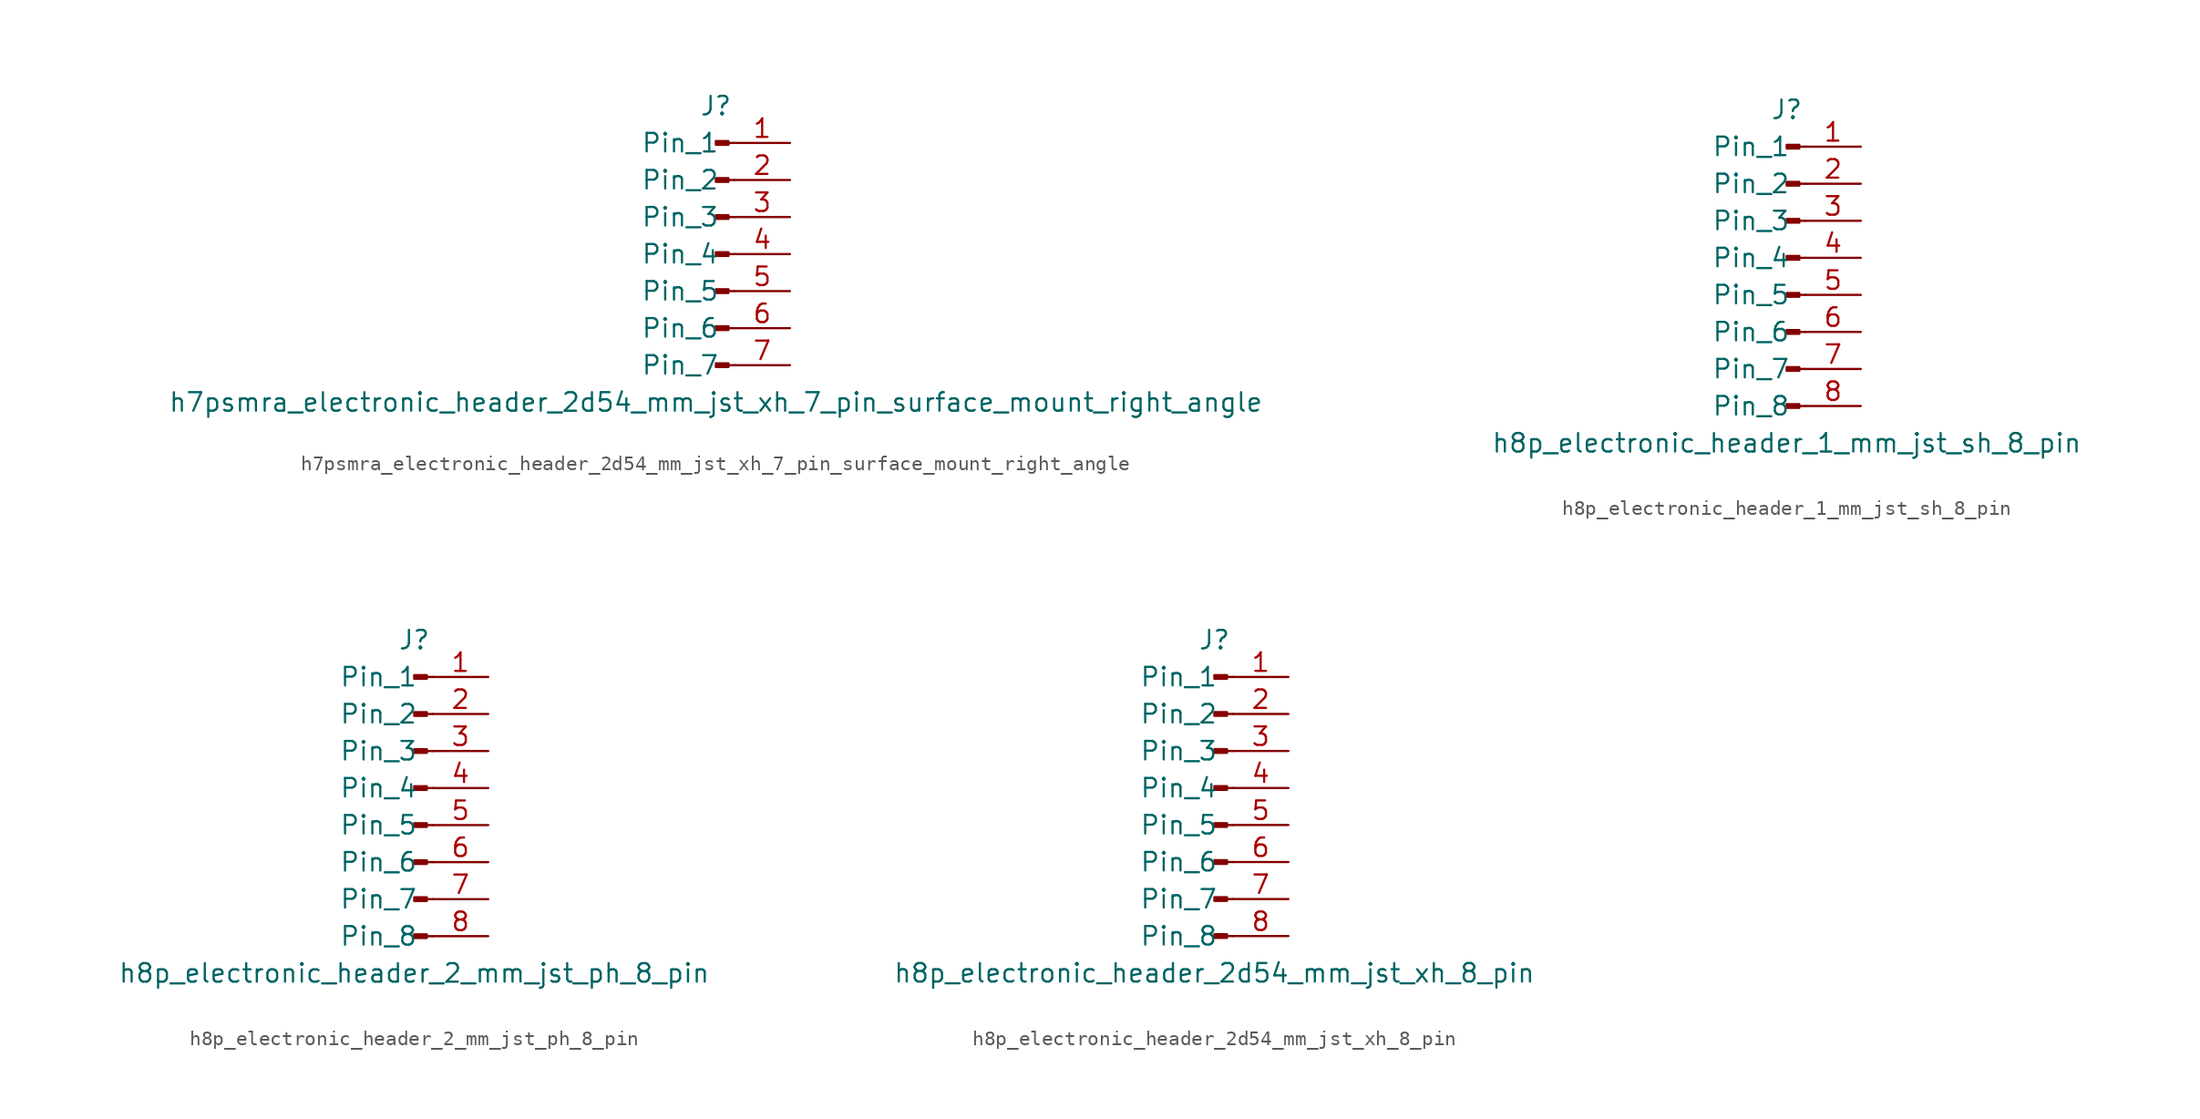
<source format=kicad_sym>
(kicad_symbol_lib
  (version 20220914)
  (generator kicad_symbol_editor)
  (symbol "h7psmra_electronic_header_2d54_mm_jst_xh_7_pin_surface_mount_right_angle"
    (pin_names
      (offset 1.016))
    (property "Reference" "J"
      (at 0 10.16 0)
      (effects (font (size 1.27 1.27))))
    (property "Value" "h7psmra_electronic_header_2d54_mm_jst_xh_7_pin_surface_mount_right_angle"
      (at 0 -10.16 0)
      (effects (font (size 1.27 1.27))))
    (property "ki_locked" ""
      (at 0 0 0)
      (effects (font (size 1.27 1.27))))
    (symbol "h7psmra_electronic_header_2d54_mm_jst_xh_7_pin_surface_mount_right_angle_1_1"
      (polyline (pts (xy 1.27 -7.62) (xy 0.864 -7.62)) (stroke (width 0.152) (type default)) (fill (type none)))
      (polyline (pts (xy 1.27 -5.08) (xy 0.864 -5.08)) (stroke (width 0.152) (type default)) (fill (type none)))
      (polyline (pts (xy 1.27 -2.54) (xy 0.864 -2.54)) (stroke (width 0.152) (type default)) (fill (type none)))
      (polyline (pts (xy 1.27 0) (xy 0.864 0)) (stroke (width 0.152) (type default)) (fill (type none)))
      (polyline (pts (xy 1.27 2.54) (xy 0.864 2.54)) (stroke (width 0.152) (type default)) (fill (type none)))
      (polyline (pts (xy 1.27 5.08) (xy 0.864 5.08)) (stroke (width 0.152) (type default)) (fill (type none)))
      (polyline (pts (xy 1.27 7.62) (xy 0.864 7.62)) (stroke (width 0.152) (type default)) (fill (type none)))
      (rectangle (start 0.864 -7.493) (end 0 -7.747) (stroke (width 0.152) (type default)) (fill (type outline)))
      (rectangle (start 0.864 -4.953) (end 0 -5.207) (stroke (width 0.152) (type default)) (fill (type outline)))
      (rectangle (start 0.864 -2.413) (end 0 -2.667) (stroke (width 0.152) (type default)) (fill (type outline)))
      (rectangle (start 0.864 0.127) (end 0 -0.127) (stroke (width 0.152) (type default)) (fill (type outline)))
      (rectangle (start 0.864 2.667) (end 0 2.413) (stroke (width 0.152) (type default)) (fill (type outline)))
      (rectangle (start 0.864 5.207) (end 0 4.953) (stroke (width 0.152) (type default)) (fill (type outline)))
      (rectangle (start 0.864 7.747) (end 0 7.493) (stroke (width 0.152) (type default)) (fill (type outline)))
      (pin passive line (at 5.08 7.62 180) (length 3.81) (name "Pin_1" (effects (font (size 1.27 1.27)))) (number "1" (effects (font (size 1.27 1.27)))))
      (pin passive line (at 5.08 5.08 180) (length 3.81) (name "Pin_2" (effects (font (size 1.27 1.27)))) (number "2" (effects (font (size 1.27 1.27)))))
      (pin passive line (at 5.08 2.54 180) (length 3.81) (name "Pin_3" (effects (font (size 1.27 1.27)))) (number "3" (effects (font (size 1.27 1.27)))))
      (pin passive line (at 5.08 0 180) (length 3.81) (name "Pin_4" (effects (font (size 1.27 1.27)))) (number "4" (effects (font (size 1.27 1.27)))))
      (pin passive line (at 5.08 -2.54 180) (length 3.81) (name "Pin_5" (effects (font (size 1.27 1.27)))) (number "5" (effects (font (size 1.27 1.27)))))
      (pin passive line (at 5.08 -5.08 180) (length 3.81) (name "Pin_6" (effects (font (size 1.27 1.27)))) (number "6" (effects (font (size 1.27 1.27)))))
      (pin passive line (at 5.08 -7.62 180) (length 3.81) (name "Pin_7" (effects (font (size 1.27 1.27)))) (number "7" (effects (font (size 1.27 1.27)))))))
  (symbol "h8p_electronic_header_1_mm_jst_sh_8_pin"
    (pin_names
      (offset 1.016))
    (property "Reference" "J"
      (at 0 10.16 0)
      (effects (font (size 1.27 1.27))))
    (property "Value" "h8p_electronic_header_1_mm_jst_sh_8_pin"
      (at 0 -12.7 0)
      (effects (font (size 1.27 1.27))))
    (property "ki_locked" ""
      (at 0 0 0)
      (effects (font (size 1.27 1.27))))
    (symbol "h8p_electronic_header_1_mm_jst_sh_8_pin_1_1"
      (polyline (pts (xy 1.27 -10.16) (xy 0.864 -10.16)) (stroke (width 0.152) (type default)) (fill (type none)))
      (polyline (pts (xy 1.27 -7.62) (xy 0.864 -7.62)) (stroke (width 0.152) (type default)) (fill (type none)))
      (polyline (pts (xy 1.27 -5.08) (xy 0.864 -5.08)) (stroke (width 0.152) (type default)) (fill (type none)))
      (polyline (pts (xy 1.27 -2.54) (xy 0.864 -2.54)) (stroke (width 0.152) (type default)) (fill (type none)))
      (polyline (pts (xy 1.27 0) (xy 0.864 0)) (stroke (width 0.152) (type default)) (fill (type none)))
      (polyline (pts (xy 1.27 2.54) (xy 0.864 2.54)) (stroke (width 0.152) (type default)) (fill (type none)))
      (polyline (pts (xy 1.27 5.08) (xy 0.864 5.08)) (stroke (width 0.152) (type default)) (fill (type none)))
      (polyline (pts (xy 1.27 7.62) (xy 0.864 7.62)) (stroke (width 0.152) (type default)) (fill (type none)))
      (rectangle (start 0.864 -10.033) (end 0 -10.287) (stroke (width 0.152) (type default)) (fill (type outline)))
      (rectangle (start 0.864 -7.493) (end 0 -7.747) (stroke (width 0.152) (type default)) (fill (type outline)))
      (rectangle (start 0.864 -4.953) (end 0 -5.207) (stroke (width 0.152) (type default)) (fill (type outline)))
      (rectangle (start 0.864 -2.413) (end 0 -2.667) (stroke (width 0.152) (type default)) (fill (type outline)))
      (rectangle (start 0.864 0.127) (end 0 -0.127) (stroke (width 0.152) (type default)) (fill (type outline)))
      (rectangle (start 0.864 2.667) (end 0 2.413) (stroke (width 0.152) (type default)) (fill (type outline)))
      (rectangle (start 0.864 5.207) (end 0 4.953) (stroke (width 0.152) (type default)) (fill (type outline)))
      (rectangle (start 0.864 7.747) (end 0 7.493) (stroke (width 0.152) (type default)) (fill (type outline)))
      (pin passive line (at 5.08 7.62 180) (length 3.81) (name "Pin_1" (effects (font (size 1.27 1.27)))) (number "1" (effects (font (size 1.27 1.27)))))
      (pin passive line (at 5.08 5.08 180) (length 3.81) (name "Pin_2" (effects (font (size 1.27 1.27)))) (number "2" (effects (font (size 1.27 1.27)))))
      (pin passive line (at 5.08 2.54 180) (length 3.81) (name "Pin_3" (effects (font (size 1.27 1.27)))) (number "3" (effects (font (size 1.27 1.27)))))
      (pin passive line (at 5.08 0 180) (length 3.81) (name "Pin_4" (effects (font (size 1.27 1.27)))) (number "4" (effects (font (size 1.27 1.27)))))
      (pin passive line (at 5.08 -2.54 180) (length 3.81) (name "Pin_5" (effects (font (size 1.27 1.27)))) (number "5" (effects (font (size 1.27 1.27)))))
      (pin passive line (at 5.08 -5.08 180) (length 3.81) (name "Pin_6" (effects (font (size 1.27 1.27)))) (number "6" (effects (font (size 1.27 1.27)))))
      (pin passive line (at 5.08 -7.62 180) (length 3.81) (name "Pin_7" (effects (font (size 1.27 1.27)))) (number "7" (effects (font (size 1.27 1.27)))))
      (pin passive line (at 5.08 -10.16 180) (length 3.81) (name "Pin_8" (effects (font (size 1.27 1.27)))) (number "8" (effects (font (size 1.27 1.27)))))))
  (symbol "h8p_electronic_header_2_mm_jst_ph_8_pin"
    (pin_names
      (offset 1.016))
    (property "Reference" "J"
      (at 0 10.16 0)
      (effects (font (size 1.27 1.27))))
    (property "Value" "h8p_electronic_header_2_mm_jst_ph_8_pin"
      (at 0 -12.7 0)
      (effects (font (size 1.27 1.27))))
    (property "ki_locked" ""
      (at 0 0 0)
      (effects (font (size 1.27 1.27))))
    (symbol "h8p_electronic_header_2_mm_jst_ph_8_pin_1_1"
      (polyline (pts (xy 1.27 -10.16) (xy 0.864 -10.16)) (stroke (width 0.152) (type default)) (fill (type none)))
      (polyline (pts (xy 1.27 -7.62) (xy 0.864 -7.62)) (stroke (width 0.152) (type default)) (fill (type none)))
      (polyline (pts (xy 1.27 -5.08) (xy 0.864 -5.08)) (stroke (width 0.152) (type default)) (fill (type none)))
      (polyline (pts (xy 1.27 -2.54) (xy 0.864 -2.54)) (stroke (width 0.152) (type default)) (fill (type none)))
      (polyline (pts (xy 1.27 0) (xy 0.864 0)) (stroke (width 0.152) (type default)) (fill (type none)))
      (polyline (pts (xy 1.27 2.54) (xy 0.864 2.54)) (stroke (width 0.152) (type default)) (fill (type none)))
      (polyline (pts (xy 1.27 5.08) (xy 0.864 5.08)) (stroke (width 0.152) (type default)) (fill (type none)))
      (polyline (pts (xy 1.27 7.62) (xy 0.864 7.62)) (stroke (width 0.152) (type default)) (fill (type none)))
      (rectangle (start 0.864 -10.033) (end 0 -10.287) (stroke (width 0.152) (type default)) (fill (type outline)))
      (rectangle (start 0.864 -7.493) (end 0 -7.747) (stroke (width 0.152) (type default)) (fill (type outline)))
      (rectangle (start 0.864 -4.953) (end 0 -5.207) (stroke (width 0.152) (type default)) (fill (type outline)))
      (rectangle (start 0.864 -2.413) (end 0 -2.667) (stroke (width 0.152) (type default)) (fill (type outline)))
      (rectangle (start 0.864 0.127) (end 0 -0.127) (stroke (width 0.152) (type default)) (fill (type outline)))
      (rectangle (start 0.864 2.667) (end 0 2.413) (stroke (width 0.152) (type default)) (fill (type outline)))
      (rectangle (start 0.864 5.207) (end 0 4.953) (stroke (width 0.152) (type default)) (fill (type outline)))
      (rectangle (start 0.864 7.747) (end 0 7.493) (stroke (width 0.152) (type default)) (fill (type outline)))
      (pin passive line (at 5.08 7.62 180) (length 3.81) (name "Pin_1" (effects (font (size 1.27 1.27)))) (number "1" (effects (font (size 1.27 1.27)))))
      (pin passive line (at 5.08 5.08 180) (length 3.81) (name "Pin_2" (effects (font (size 1.27 1.27)))) (number "2" (effects (font (size 1.27 1.27)))))
      (pin passive line (at 5.08 2.54 180) (length 3.81) (name "Pin_3" (effects (font (size 1.27 1.27)))) (number "3" (effects (font (size 1.27 1.27)))))
      (pin passive line (at 5.08 0 180) (length 3.81) (name "Pin_4" (effects (font (size 1.27 1.27)))) (number "4" (effects (font (size 1.27 1.27)))))
      (pin passive line (at 5.08 -2.54 180) (length 3.81) (name "Pin_5" (effects (font (size 1.27 1.27)))) (number "5" (effects (font (size 1.27 1.27)))))
      (pin passive line (at 5.08 -5.08 180) (length 3.81) (name "Pin_6" (effects (font (size 1.27 1.27)))) (number "6" (effects (font (size 1.27 1.27)))))
      (pin passive line (at 5.08 -7.62 180) (length 3.81) (name "Pin_7" (effects (font (size 1.27 1.27)))) (number "7" (effects (font (size 1.27 1.27)))))
      (pin passive line (at 5.08 -10.16 180) (length 3.81) (name "Pin_8" (effects (font (size 1.27 1.27)))) (number "8" (effects (font (size 1.27 1.27)))))))
  (symbol "h8p_electronic_header_2d54_mm_jst_xh_8_pin"
    (pin_names
      (offset 1.016))
    (property "Reference" "J"
      (at 0 10.16 0)
      (effects (font (size 1.27 1.27))))
    (property "Value" "h8p_electronic_header_2d54_mm_jst_xh_8_pin"
      (at 0 -12.7 0)
      (effects (font (size 1.27 1.27))))
    (property "ki_locked" ""
      (at 0 0 0)
      (effects (font (size 1.27 1.27))))
    (symbol "h8p_electronic_header_2d54_mm_jst_xh_8_pin_1_1"
      (polyline (pts (xy 1.27 -10.16) (xy 0.864 -10.16)) (stroke (width 0.152) (type default)) (fill (type none)))
      (polyline (pts (xy 1.27 -7.62) (xy 0.864 -7.62)) (stroke (width 0.152) (type default)) (fill (type none)))
      (polyline (pts (xy 1.27 -5.08) (xy 0.864 -5.08)) (stroke (width 0.152) (type default)) (fill (type none)))
      (polyline (pts (xy 1.27 -2.54) (xy 0.864 -2.54)) (stroke (width 0.152) (type default)) (fill (type none)))
      (polyline (pts (xy 1.27 0) (xy 0.864 0)) (stroke (width 0.152) (type default)) (fill (type none)))
      (polyline (pts (xy 1.27 2.54) (xy 0.864 2.54)) (stroke (width 0.152) (type default)) (fill (type none)))
      (polyline (pts (xy 1.27 5.08) (xy 0.864 5.08)) (stroke (width 0.152) (type default)) (fill (type none)))
      (polyline (pts (xy 1.27 7.62) (xy 0.864 7.62)) (stroke (width 0.152) (type default)) (fill (type none)))
      (rectangle (start 0.864 -10.033) (end 0 -10.287) (stroke (width 0.152) (type default)) (fill (type outline)))
      (rectangle (start 0.864 -7.493) (end 0 -7.747) (stroke (width 0.152) (type default)) (fill (type outline)))
      (rectangle (start 0.864 -4.953) (end 0 -5.207) (stroke (width 0.152) (type default)) (fill (type outline)))
      (rectangle (start 0.864 -2.413) (end 0 -2.667) (stroke (width 0.152) (type default)) (fill (type outline)))
      (rectangle (start 0.864 0.127) (end 0 -0.127) (stroke (width 0.152) (type default)) (fill (type outline)))
      (rectangle (start 0.864 2.667) (end 0 2.413) (stroke (width 0.152) (type default)) (fill (type outline)))
      (rectangle (start 0.864 5.207) (end 0 4.953) (stroke (width 0.152) (type default)) (fill (type outline)))
      (rectangle (start 0.864 7.747) (end 0 7.493) (stroke (width 0.152) (type default)) (fill (type outline)))
      (pin passive line (at 5.08 7.62 180) (length 3.81) (name "Pin_1" (effects (font (size 1.27 1.27)))) (number "1" (effects (font (size 1.27 1.27)))))
      (pin passive line (at 5.08 5.08 180) (length 3.81) (name "Pin_2" (effects (font (size 1.27 1.27)))) (number "2" (effects (font (size 1.27 1.27)))))
      (pin passive line (at 5.08 2.54 180) (length 3.81) (name "Pin_3" (effects (font (size 1.27 1.27)))) (number "3" (effects (font (size 1.27 1.27)))))
      (pin passive line (at 5.08 0 180) (length 3.81) (name "Pin_4" (effects (font (size 1.27 1.27)))) (number "4" (effects (font (size 1.27 1.27)))))
      (pin passive line (at 5.08 -2.54 180) (length 3.81) (name "Pin_5" (effects (font (size 1.27 1.27)))) (number "5" (effects (font (size 1.27 1.27)))))
      (pin passive line (at 5.08 -5.08 180) (length 3.81) (name "Pin_6" (effects (font (size 1.27 1.27)))) (number "6" (effects (font (size 1.27 1.27)))))
      (pin passive line (at 5.08 -7.62 180) (length 3.81) (name "Pin_7" (effects (font (size 1.27 1.27)))) (number "7" (effects (font (size 1.27 1.27)))))
      (pin passive line (at 5.08 -10.16 180) (length 3.81) (name "Pin_8" (effects (font (size 1.27 1.27)))) (number "8" (effects (font (size 1.27 1.27))))))))
</source>
